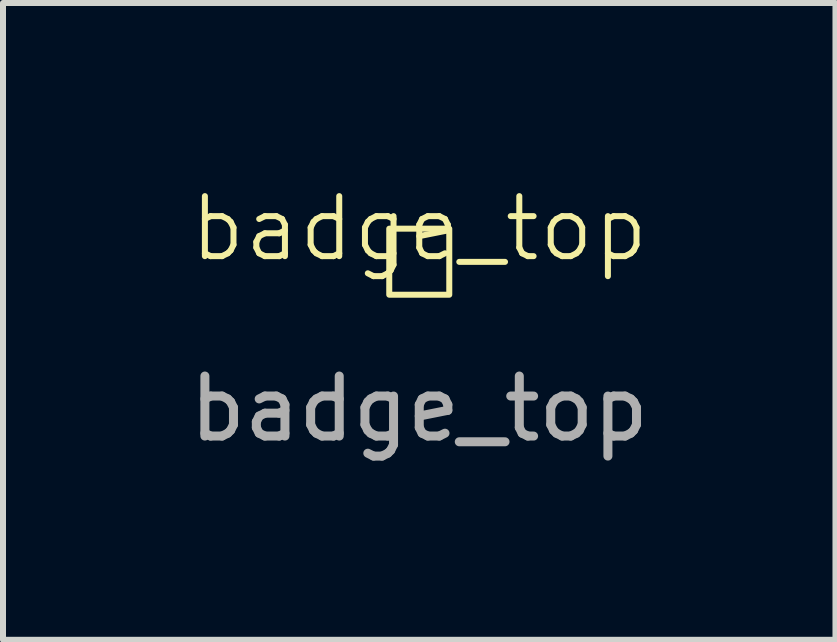
<source format=kicad_pcb>
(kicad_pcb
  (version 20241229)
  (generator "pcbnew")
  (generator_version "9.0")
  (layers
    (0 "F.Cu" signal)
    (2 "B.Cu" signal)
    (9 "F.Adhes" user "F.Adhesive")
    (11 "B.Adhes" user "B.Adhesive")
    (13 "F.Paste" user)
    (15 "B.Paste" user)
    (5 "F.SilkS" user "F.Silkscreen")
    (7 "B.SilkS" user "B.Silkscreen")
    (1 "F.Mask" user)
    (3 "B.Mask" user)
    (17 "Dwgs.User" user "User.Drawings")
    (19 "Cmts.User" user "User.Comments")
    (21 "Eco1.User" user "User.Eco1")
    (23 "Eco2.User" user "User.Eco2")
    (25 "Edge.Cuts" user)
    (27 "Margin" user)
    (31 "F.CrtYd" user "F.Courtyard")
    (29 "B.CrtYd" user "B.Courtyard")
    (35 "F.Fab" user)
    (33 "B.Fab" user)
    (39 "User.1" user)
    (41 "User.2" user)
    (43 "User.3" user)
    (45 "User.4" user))
  (footprint "badge_top"
    (layer "F.Cu")
    (at 3.935 1.26)
    (property "Reference" "badge_top" (at 0 -0.5 0) (unlocked yes) (layer "F.SilkS") (effects (font (size 1 1) (thickness 0.1))))
    (attr smd exclude_from_pos_files exclude_from_bom allow_missing_courtyard)
    (fp_rect (start -0.5 -0.5) (end 0.5 0.6) (stroke (width 0.1) (type default)) (fill no) (layer "F.SilkS"))
    (fp_text user "${REFERENCE}" (at 0 2.5 0) (unlocked yes) (layer "F.Fab") (effects (font (size 1 1) (thickness 0.15)))))
  (gr_rect
    (start -3 -3)
    (end 10.869 7.609)
    (stroke (width 0.1) (type default))
    (fill no)
    (layer "Edge.Cuts")))
</source>
